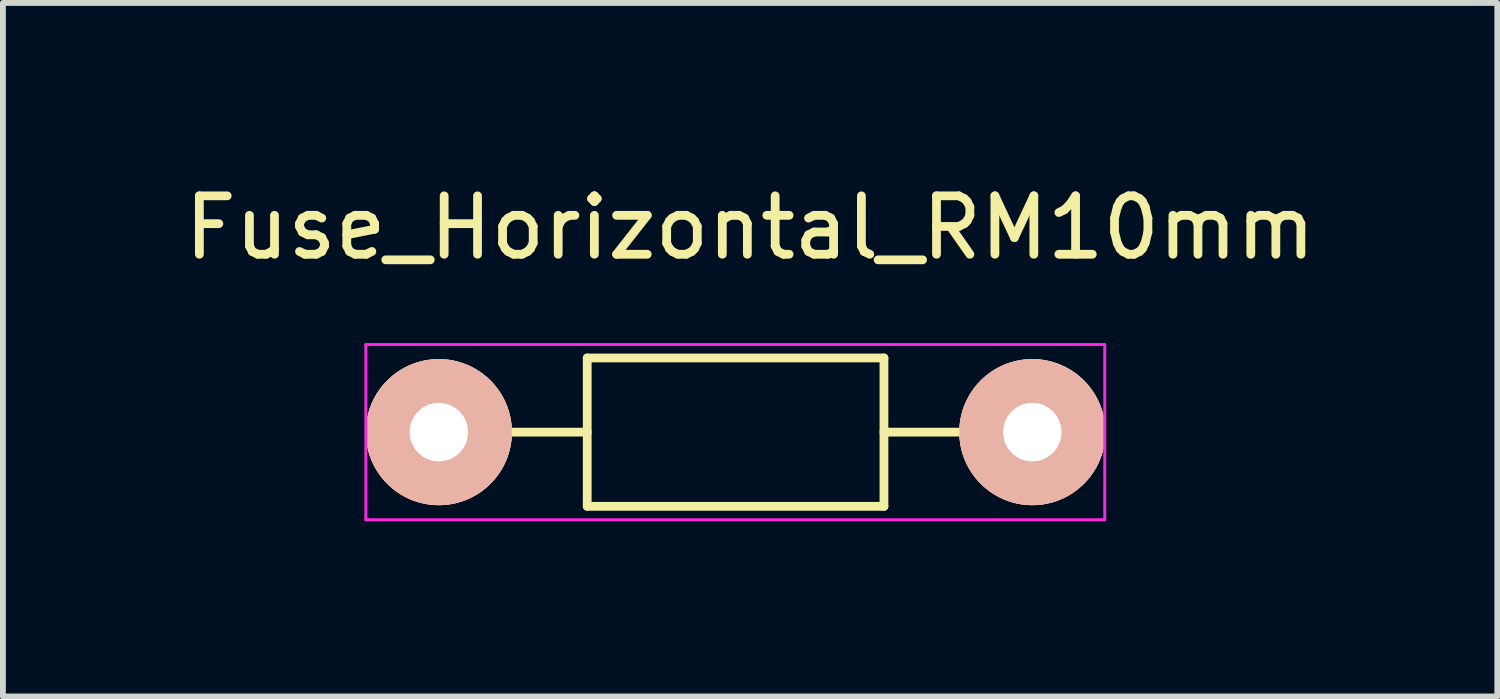
<source format=kicad_pcb>
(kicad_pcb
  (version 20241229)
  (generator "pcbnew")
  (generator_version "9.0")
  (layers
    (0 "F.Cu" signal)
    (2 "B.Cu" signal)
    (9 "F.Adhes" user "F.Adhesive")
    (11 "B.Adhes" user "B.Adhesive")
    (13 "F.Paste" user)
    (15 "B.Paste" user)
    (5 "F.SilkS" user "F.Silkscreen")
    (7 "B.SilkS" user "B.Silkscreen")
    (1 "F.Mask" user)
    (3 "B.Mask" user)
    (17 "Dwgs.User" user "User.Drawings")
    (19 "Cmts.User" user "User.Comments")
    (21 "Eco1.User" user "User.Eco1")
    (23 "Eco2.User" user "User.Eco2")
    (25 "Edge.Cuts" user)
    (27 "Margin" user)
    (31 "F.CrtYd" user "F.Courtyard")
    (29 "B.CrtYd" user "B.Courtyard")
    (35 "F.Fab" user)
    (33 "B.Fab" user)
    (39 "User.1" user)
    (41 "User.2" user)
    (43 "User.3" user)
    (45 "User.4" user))
  (footprint "Fuse_Horizontal_RM10mm"
    (layer "F.Cu")
    (at 4.463 4.348)
    (property "Reference" "Fuse_Horizontal_RM10mm" (at 5.329 -3.5 0) (layer "F.SilkS") (effects (font (size 1 1) (thickness 0.15))))
    (attr through_hole)
    (fp_line (start 2.54 -1.27) (end 7.62 -1.27) (stroke (width 0.15) (type solid)) (layer "F.SilkS"))
    (fp_line (start 2.54 0) (end 1.27 0) (stroke (width 0.15) (type solid)) (layer "F.SilkS"))
    (fp_line (start 2.54 1.27) (end 2.54 -1.27) (stroke (width 0.15) (type solid)) (layer "F.SilkS"))
    (fp_line (start 7.62 -1.27) (end 7.62 1.27) (stroke (width 0.15) (type solid)) (layer "F.SilkS"))
    (fp_line (start 7.62 0) (end 8.89 0) (stroke (width 0.15) (type solid)) (layer "F.SilkS"))
    (fp_line (start 7.62 1.27) (end 2.54 1.27) (stroke (width 0.15) (type solid)) (layer "F.SilkS"))
    (fp_line (start -1.25 -1.5) (end 11.4 -1.5) (stroke (width 0.05) (type solid)) (layer "F.CrtYd"))
    (fp_line (start -1.25 1.5) (end -1.25 -1.5) (stroke (width 0.05) (type solid)) (layer "F.CrtYd"))
    (fp_line (start -1.25 1.5) (end 11.4 1.5) (stroke (width 0.05) (type solid)) (layer "F.CrtYd"))
    (fp_line (start 11.4 -1.5) (end 11.4 1.5) (stroke (width 0.05) (type solid)) (layer "F.CrtYd"))
    (pad "1" thru_hole circle (at 0 0) (size 2.5 2.5) (drill 1.001) (layers "*.Cu" "*.SilkS" "*.Mask"))
    (pad "2" thru_hole circle (at 10.16 0) (size 2.5 2.5) (drill 1.001) (layers "*.Cu" "*.SilkS" "*.Mask")))
  (gr_rect
    (start -3 -3)
    (end 22.583 8.873)
    (stroke (width 0.1) (type default))
    (fill no)
    (layer "Edge.Cuts")))
</source>
